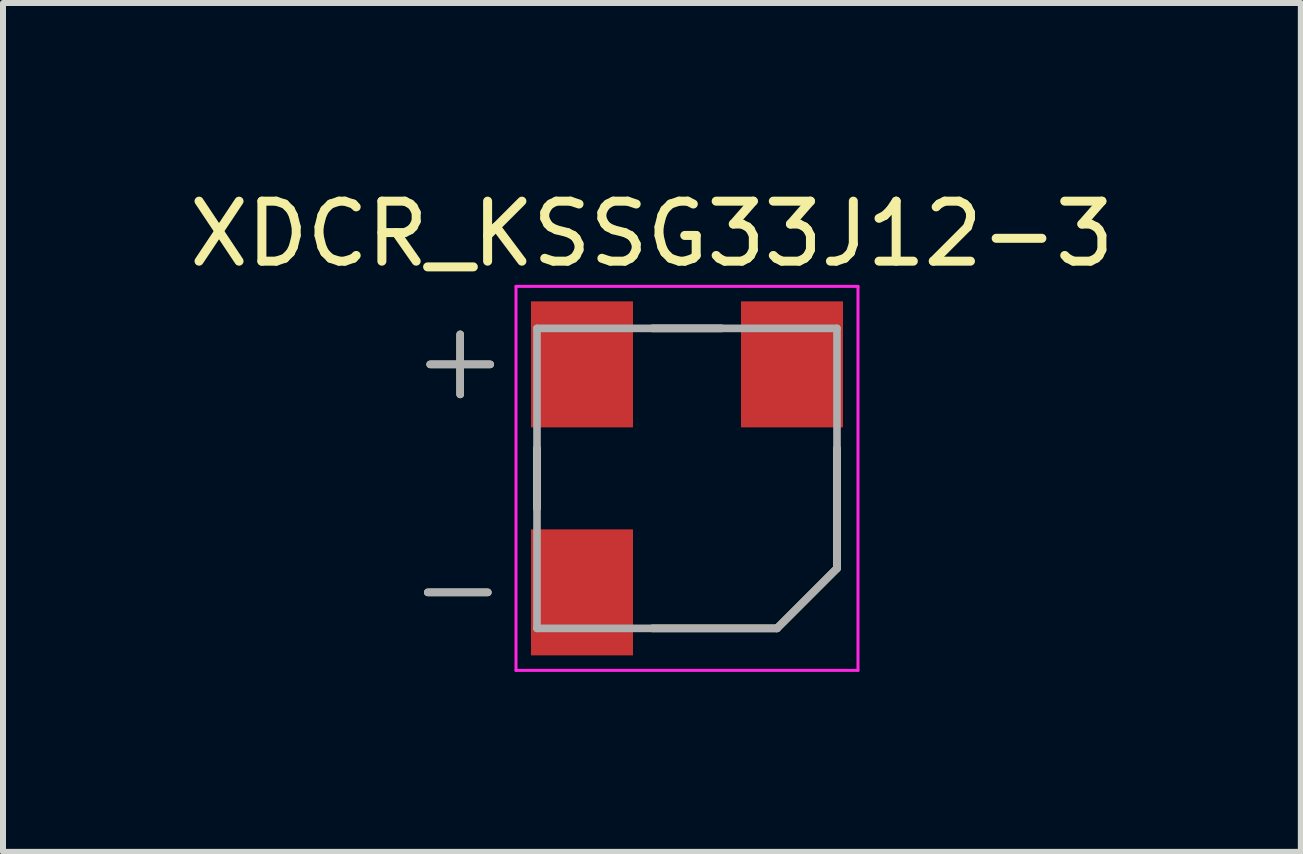
<source format=kicad_pcb>
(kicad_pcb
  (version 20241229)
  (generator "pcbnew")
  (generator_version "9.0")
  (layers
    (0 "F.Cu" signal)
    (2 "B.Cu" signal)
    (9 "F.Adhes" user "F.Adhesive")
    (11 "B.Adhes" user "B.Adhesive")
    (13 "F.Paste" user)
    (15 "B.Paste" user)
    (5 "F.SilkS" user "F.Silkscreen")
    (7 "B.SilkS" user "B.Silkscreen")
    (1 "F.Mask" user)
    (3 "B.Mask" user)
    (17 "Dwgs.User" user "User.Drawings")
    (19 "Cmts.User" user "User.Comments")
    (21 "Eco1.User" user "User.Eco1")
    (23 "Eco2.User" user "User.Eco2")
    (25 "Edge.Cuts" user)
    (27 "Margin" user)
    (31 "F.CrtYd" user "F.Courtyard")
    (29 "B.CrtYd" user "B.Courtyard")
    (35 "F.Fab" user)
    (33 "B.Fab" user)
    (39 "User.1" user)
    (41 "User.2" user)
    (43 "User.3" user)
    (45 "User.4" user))
  (footprint "XDCR_KSSG33J12-3"
    (layer "F.Cu")
    (at 8.4 4.923)
    (property "Reference" "XDCR_KSSG33J12-3" (at -0.585 -4.075 0) (layer "F.SilkS") (effects (font (size 1 1) (thickness 0.15))))
    (attr through_hole)
    (fp_line (start -4.32 1.9) (end -3.32 1.9) (stroke (width 0.127) (type solid)) (layer "F.SilkS"))
    (fp_line (start -4.28 -1.9) (end -3.28 -1.9) (stroke (width 0.127) (type solid)) (layer "F.SilkS"))
    (fp_line (start -3.78 -2.4) (end -3.78 -1.4) (stroke (width 0.127) (type solid)) (layer "F.SilkS"))
    (fp_line (start -2.5 0.5) (end -2.5 -0.5) (stroke (width 0.127) (type solid)) (layer "F.SilkS"))
    (fp_line (start 0.58 -2.5) (end -0.58 -2.5) (stroke (width 0.127) (type solid)) (layer "F.SilkS"))
    (fp_line (start 1.5 2.5) (end -0.58 2.5) (stroke (width 0.127) (type solid)) (layer "F.SilkS"))
    (fp_line (start 2.5 -0.5) (end 2.5 1.5) (stroke (width 0.127) (type solid)) (layer "F.SilkS"))
    (fp_line (start 2.5 1.5) (end 1.5 2.5) (stroke (width 0.127) (type solid)) (layer "F.SilkS"))
    (fp_line (start -2.85 -3.2) (end -2.85 3.2) (stroke (width 0.05) (type solid)) (layer "F.CrtYd"))
    (fp_line (start -2.85 3.2) (end 2.85 3.2) (stroke (width 0.05) (type solid)) (layer "F.CrtYd"))
    (fp_line (start 2.85 -3.2) (end -2.85 -3.2) (stroke (width 0.05) (type solid)) (layer "F.CrtYd"))
    (fp_line (start 2.85 3.2) (end 2.85 -3.2) (stroke (width 0.05) (type solid)) (layer "F.CrtYd"))
    (fp_line (start -4.32 1.9) (end -3.32 1.9) (stroke (width 0.127) (type solid)) (layer "F.Fab"))
    (fp_line (start -4.28 -1.9) (end -3.28 -1.9) (stroke (width 0.127) (type solid)) (layer "F.Fab"))
    (fp_line (start -3.78 -2.4) (end -3.78 -1.4) (stroke (width 0.127) (type solid)) (layer "F.Fab"))
    (fp_line (start -2.5 -2.5) (end 2.5 -2.5) (stroke (width 0.127) (type solid)) (layer "F.Fab"))
    (fp_line (start -2.5 2.5) (end -2.5 -2.5) (stroke (width 0.127) (type solid)) (layer "F.Fab"))
    (fp_line (start 1.5 2.5) (end -2.5 2.5) (stroke (width 0.127) (type solid)) (layer "F.Fab"))
    (fp_line (start 2.5 -2.5) (end 2.5 1.5) (stroke (width 0.127) (type solid)) (layer "F.Fab"))
    (fp_line (start 2.5 1.5) (end 1.5 2.5) (stroke (width 0.127) (type solid)) (layer "F.Fab"))
    (pad "N" smd rect (at -1.75 1.9) (size 1.7 2.1) (layers "F.Cu" "F.Mask" "F.Paste"))
    (pad "NC" smd rect (at 1.75 -1.9) (size 1.7 2.1) (layers "F.Cu" "F.Mask" "F.Paste"))
    (pad "P" smd rect (at -1.75 -1.9) (size 1.7 2.1) (layers "F.Cu" "F.Mask" "F.Paste")))
  (gr_rect
    (start -3 -3)
    (end 18.631 11.148)
    (stroke (width 0.1) (type default))
    (fill no)
    (layer "Edge.Cuts")))
</source>
